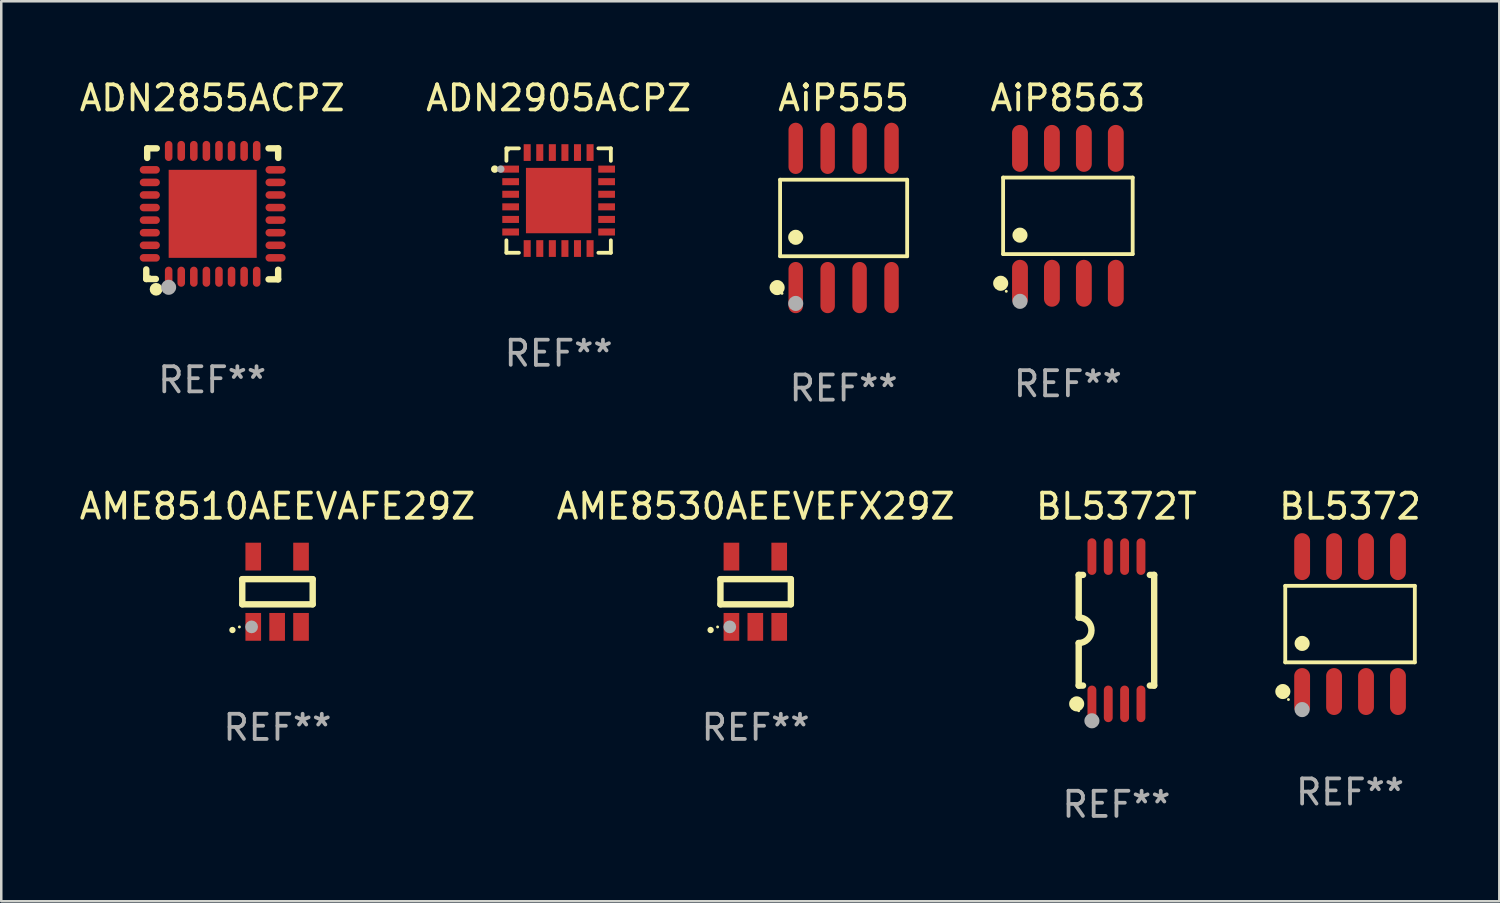
<source format=kicad_pcb>
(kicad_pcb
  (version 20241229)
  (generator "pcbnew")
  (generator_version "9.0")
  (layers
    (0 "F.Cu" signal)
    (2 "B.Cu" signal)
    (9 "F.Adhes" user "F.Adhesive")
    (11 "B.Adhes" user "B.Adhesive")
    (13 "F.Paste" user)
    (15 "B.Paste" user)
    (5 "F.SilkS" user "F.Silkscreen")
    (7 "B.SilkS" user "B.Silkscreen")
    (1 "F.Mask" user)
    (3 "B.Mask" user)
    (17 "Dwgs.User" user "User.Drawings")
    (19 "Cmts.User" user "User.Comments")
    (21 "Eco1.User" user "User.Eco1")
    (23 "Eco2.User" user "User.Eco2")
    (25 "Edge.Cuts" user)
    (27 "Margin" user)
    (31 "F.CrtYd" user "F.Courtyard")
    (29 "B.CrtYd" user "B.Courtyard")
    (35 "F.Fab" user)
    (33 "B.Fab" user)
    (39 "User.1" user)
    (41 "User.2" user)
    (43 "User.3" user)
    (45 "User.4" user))
  (footprint "BL5372"
    (layer "F.Cu")
    (at 50.627 21.763)
    (property "Reference" "BL5372" (at 0 -4.682 0) (layer "F.SilkS") (effects (font (size 1 1) (thickness 0.15))))
    (attr through_hole)
    (fp_line (start -2.576 -1.521) (end 2.576 -1.521) (stroke (width 0.152) (type solid)) (layer "F.SilkS"))
    (fp_line (start -2.576 1.521) (end -2.576 -1.521) (stroke (width 0.152) (type solid)) (layer "F.SilkS"))
    (fp_line (start 2.576 -1.521) (end 2.576 1.521) (stroke (width 0.152) (type solid)) (layer "F.SilkS"))
    (fp_line (start 2.576 1.521) (end -2.576 1.521) (stroke (width 0.152) (type solid)) (layer "F.SilkS"))
    (fp_circle (center -2.672 2.682) (end -2.522 2.682) (stroke (width 0.3) (type solid)) (fill no) (layer "F.SilkS"))
    (fp_circle (center -2.45 3) (end -2.42 3) (stroke (width 0.06) (type solid)) (fill no) (layer "F.SilkS"))
    (fp_circle (center -1.905 0.769) (end -1.755 0.769) (stroke (width 0.3) (type solid)) (fill no) (layer "F.SilkS"))
    (fp_circle (center -1.905 3.4) (end -1.755 3.4) (stroke (width 0.3) (type solid)) (fill no) (layer "F.Fab"))
    (fp_text user "REF**" (at 0 6.682 0) (layer "F.Fab") (effects (font (size 1 1) (thickness 0.15))))
    (pad "1" smd oval (at -1.905 2.682) (size 0.63 1.865) (layers "F.Cu" "F.Mask" "F.Paste"))
    (pad "2" smd oval (at -0.635 2.682) (size 0.63 1.865) (layers "F.Cu" "F.Mask" "F.Paste"))
    (pad "3" smd oval (at 0.635 2.682) (size 0.63 1.865) (layers "F.Cu" "F.Mask" "F.Paste"))
    (pad "4" smd oval (at 1.905 2.682) (size 0.63 1.865) (layers "F.Cu" "F.Mask" "F.Paste"))
    (pad "5" smd oval (at 1.905 -2.682) (size 0.63 1.865) (layers "F.Cu" "F.Mask" "F.Paste"))
    (pad "6" smd oval (at 0.635 -2.682) (size 0.63 1.865) (layers "F.Cu" "F.Mask" "F.Paste"))
    (pad "7" smd oval (at -0.635 -2.682) (size 0.63 1.865) (layers "F.Cu" "F.Mask" "F.Paste"))
    (pad "8" smd oval (at -1.905 -2.682) (size 0.63 1.865) (layers "F.Cu" "F.Mask" "F.Paste")))
  (footprint "AME8510AEEVAFE29Z"
    (layer "F.Cu")
    (at 7.982 20.477)
    (property "Reference" "AME8510AEEVAFE29Z" (at 0 -3.397 0) (layer "F.SilkS") (effects (font (size 1 1) (thickness 0.15))))
    (attr through_hole)
    (fp_line (start -1.4 -0.5) (end 1.4 -0.5) (stroke (width 0.254) (type solid)) (layer "F.SilkS"))
    (fp_line (start -1.4 0.5) (end -1.4 -0.5) (stroke (width 0.254) (type solid)) (layer "F.SilkS"))
    (fp_line (start 1.4 -0.5) (end 1.4 0.5) (stroke (width 0.254) (type solid)) (layer "F.SilkS"))
    (fp_line (start 1.4 0.5) (end -1.4 0.5) (stroke (width 0.254) (type solid)) (layer "F.SilkS"))
    (fp_arc (start -1.791948 1.521463) (mid -1.790678 1.521457) (end -1.789408 1.521463) (stroke (width 0.24892) (type solid)) (layer "F.SilkS"))
    (fp_circle (center -1.513 1.4) (end -1.483 1.4) (stroke (width 0.06) (type solid)) (fill no) (layer "F.SilkS"))
    (fp_circle (center -1.029 1.397) (end -0.902 1.397) (stroke (width 0.254) (type solid)) (fill no) (layer "F.Fab"))
    (fp_text user "REF**" (at 0 5.397 0) (layer "F.Fab") (effects (font (size 1 1) (thickness 0.15))))
    (pad "1" smd rect (at -0.963 1.397) (size 0.622 1.105) (layers "F.Cu" "F.Mask" "F.Paste"))
    (pad "2" smd rect (at -0.013 1.397) (size 0.622 1.105) (layers "F.Cu" "F.Mask" "F.Paste"))
    (pad "3" smd rect (at 0.937 1.397) (size 0.622 1.105) (layers "F.Cu" "F.Mask" "F.Paste"))
    (pad "4" smd rect (at 0.937 -1.397) (size 0.622 1.105) (layers "F.Cu" "F.Mask" "F.Paste"))
    (pad "5" smd rect (at -0.963 -1.397) (size 0.622 1.105) (layers "F.Cu" "F.Mask" "F.Paste")))
  (footprint "BL5372T"
    (layer "F.Cu")
    (at 41.339 22.008)
    (property "Reference" "BL5372T" (at 0 -4.927 0) (layer "F.SilkS") (effects (font (size 1 1) (thickness 0.15))))
    (attr through_hole)
    (fp_line (start -1.5 -2.2) (end -1.5 -0.508) (stroke (width 0.254) (type solid)) (layer "F.SilkS"))
    (fp_line (start -1.5 -2.2) (end -1.328 -2.2) (stroke (width 0.254) (type solid)) (layer "F.SilkS"))
    (fp_line (start -1.5 2.2) (end -1.5 0.508) (stroke (width 0.254) (type solid)) (layer "F.SilkS"))
    (fp_line (start -1.5 2.2) (end -1.328 2.2) (stroke (width 0.254) (type solid)) (layer "F.SilkS"))
    (fp_line (start 1.328 -2.2) (end 1.5 -2.2) (stroke (width 0.254) (type solid)) (layer "F.SilkS"))
    (fp_line (start 1.328 2.2) (end 1.5 2.2) (stroke (width 0.254) (type solid)) (layer "F.SilkS"))
    (fp_line (start 1.5 -2.2) (end 1.5 2.2) (stroke (width 0.254) (type solid)) (layer "F.SilkS"))
    (fp_arc (start -1.501144 -0.508) (mid -0.993143 -0.000571) (end -1.5 0.508001) (stroke (width 0.254001) (type solid)) (layer "F.SilkS"))
    (fp_circle (center -1.581 2.927) (end -1.431 2.927) (stroke (width 0.3) (type solid)) (fill no) (layer "F.SilkS"))
    (fp_circle (center -1.5 3.2) (end -1.47 3.2) (stroke (width 0.06) (type solid)) (fill no) (layer "F.SilkS"))
    (fp_circle (center -0.975 3.6) (end -0.825 3.6) (stroke (width 0.3) (type solid)) (fill no) (layer "F.Fab"))
    (fp_text user "REF**" (at 0 6.927 0) (layer "F.Fab") (effects (font (size 1 1) (thickness 0.15))))
    (pad "1" smd oval (at -0.975 2.927) (size 0.353 1.454) (layers "F.Cu" "F.Mask" "F.Paste"))
    (pad "2" smd oval (at -0.325 2.927) (size 0.353 1.454) (layers "F.Cu" "F.Mask" "F.Paste"))
    (pad "3" smd oval (at 0.325 2.927) (size 0.353 1.454) (layers "F.Cu" "F.Mask" "F.Paste"))
    (pad "4" smd oval (at 0.975 2.927) (size 0.353 1.454) (layers "F.Cu" "F.Mask" "F.Paste"))
    (pad "5" smd oval (at 0.975 -2.927) (size 0.353 1.454) (layers "F.Cu" "F.Mask" "F.Paste"))
    (pad "6" smd oval (at 0.325 -2.927) (size 0.353 1.454) (layers "F.Cu" "F.Mask" "F.Paste"))
    (pad "7" smd oval (at -0.325 -2.927) (size 0.353 1.454) (layers "F.Cu" "F.Mask" "F.Paste"))
    (pad "8" smd oval (at -0.975 -2.927) (size 0.353 1.454) (layers "F.Cu" "F.Mask" "F.Paste")))
  (footprint "ADN2905ACPZ"
    (layer "F.Cu")
    (at 19.161 4.924)
    (property "Reference" "ADN2905ACPZ" (at 0 -4.076 0) (layer "F.SilkS") (effects (font (size 1 1) (thickness 0.15))))
    (attr through_hole)
    (fp_line (start -2.076 -2.076) (end -2.076 -1.58) (stroke (width 0.152) (type solid)) (layer "F.SilkS"))
    (fp_line (start -2.076 2.076) (end -2.076 1.58) (stroke (width 0.152) (type solid)) (layer "F.SilkS"))
    (fp_line (start -1.58 -2.076) (end -2.076 -2.076) (stroke (width 0.152) (type solid)) (layer "F.SilkS"))
    (fp_line (start -1.58 2.076) (end -2.076 2.076) (stroke (width 0.152) (type solid)) (layer "F.SilkS"))
    (fp_line (start 1.58 -2.076) (end 2.076 -2.076) (stroke (width 0.152) (type solid)) (layer "F.SilkS"))
    (fp_line (start 1.58 2.076) (end 2.076 2.076) (stroke (width 0.152) (type solid)) (layer "F.SilkS"))
    (fp_line (start 2.076 -2.076) (end 2.076 -1.58) (stroke (width 0.152) (type solid)) (layer "F.SilkS"))
    (fp_line (start 2.076 2.076) (end 2.076 1.58) (stroke (width 0.152) (type solid)) (layer "F.SilkS"))
    (fp_circle (center -2.54 -1.25) (end -2.465 -1.25) (stroke (width 0.15) (type solid)) (fill no) (layer "F.SilkS"))
    (fp_circle (center -2 -2) (end -1.97 -2) (stroke (width 0.06) (type solid)) (fill no) (layer "F.SilkS"))
    (fp_circle (center -2.3 -1.25) (end -2.225 -1.25) (stroke (width 0.15) (type solid)) (fill no) (layer "F.Fab"))
    (fp_text user "REF**" (at 0 6.076 0) (layer "F.Fab") (effects (font (size 1 1) (thickness 0.15))))
    (pad "1" smd rect (at -1.908 -1.25) (size 0.665 0.28) (layers "F.Cu" "F.Mask" "F.Paste"))
    (pad "2" smd rect (at -1.908 -0.75) (size 0.665 0.28) (layers "F.Cu" "F.Mask" "F.Paste"))
    (pad "3" smd rect (at -1.908 -0.25) (size 0.665 0.28) (layers "F.Cu" "F.Mask" "F.Paste"))
    (pad "4" smd rect (at -1.908 0.25) (size 0.665 0.28) (layers "F.Cu" "F.Mask" "F.Paste"))
    (pad "5" smd rect (at -1.908 0.75) (size 0.665 0.28) (layers "F.Cu" "F.Mask" "F.Paste"))
    (pad "6" smd rect (at -1.908 1.25) (size 0.665 0.28) (layers "F.Cu" "F.Mask" "F.Paste"))
    (pad "7" smd rect (at -1.25 1.908) (size 0.28 0.665) (layers "F.Cu" "F.Mask" "F.Paste"))
    (pad "8" smd rect (at -0.75 1.908) (size 0.28 0.665) (layers "F.Cu" "F.Mask" "F.Paste"))
    (pad "9" smd rect (at -0.25 1.908) (size 0.28 0.665) (layers "F.Cu" "F.Mask" "F.Paste"))
    (pad "10" smd rect (at 0.25 1.908) (size 0.28 0.665) (layers "F.Cu" "F.Mask" "F.Paste"))
    (pad "11" smd rect (at 0.75 1.908) (size 0.28 0.665) (layers "F.Cu" "F.Mask" "F.Paste"))
    (pad "12" smd rect (at 1.25 1.908) (size 0.28 0.665) (layers "F.Cu" "F.Mask" "F.Paste"))
    (pad "13" smd rect (at 1.908 1.25) (size 0.665 0.28) (layers "F.Cu" "F.Mask" "F.Paste"))
    (pad "14" smd rect (at 1.908 0.75) (size 0.665 0.28) (layers "F.Cu" "F.Mask" "F.Paste"))
    (pad "15" smd rect (at 1.908 0.25) (size 0.665 0.28) (layers "F.Cu" "F.Mask" "F.Paste"))
    (pad "16" smd rect (at 1.908 -0.25) (size 0.665 0.28) (layers "F.Cu" "F.Mask" "F.Paste"))
    (pad "17" smd rect (at 1.908 -0.75) (size 0.665 0.28) (layers "F.Cu" "F.Mask" "F.Paste"))
    (pad "18" smd rect (at 1.908 -1.25) (size 0.665 0.28) (layers "F.Cu" "F.Mask" "F.Paste"))
    (pad "19" smd rect (at 1.25 -1.908) (size 0.28 0.665) (layers "F.Cu" "F.Mask" "F.Paste"))
    (pad "20" smd rect (at 0.75 -1.908) (size 0.28 0.665) (layers "F.Cu" "F.Mask" "F.Paste"))
    (pad "21" smd rect (at 0.25 -1.908) (size 0.28 0.665) (layers "F.Cu" "F.Mask" "F.Paste"))
    (pad "22" smd rect (at -0.25 -1.908) (size 0.28 0.665) (layers "F.Cu" "F.Mask" "F.Paste"))
    (pad "23" smd rect (at -0.75 -1.908) (size 0.28 0.665) (layers "F.Cu" "F.Mask" "F.Paste"))
    (pad "24" smd rect (at -1.25 -1.908) (size 0.28 0.665) (layers "F.Cu" "F.Mask" "F.Paste"))
    (pad "25" smd rect (at 0 0) (size 2.6 2.6) (layers "F.Cu" "F.Mask" "F.Paste")))
  (footprint "AME8530AEEVEFX29Z"
    (layer "F.Cu")
    (at 26.994 20.477)
    (property "Reference" "AME8530AEEVEFX29Z" (at 0 -3.397 0) (layer "F.SilkS") (effects (font (size 1 1) (thickness 0.15))))
    (attr through_hole)
    (fp_line (start -1.4 -0.5) (end 1.4 -0.5) (stroke (width 0.254) (type solid)) (layer "F.SilkS"))
    (fp_line (start -1.4 0.5) (end -1.4 -0.5) (stroke (width 0.254) (type solid)) (layer "F.SilkS"))
    (fp_line (start 1.4 -0.5) (end 1.4 0.5) (stroke (width 0.254) (type solid)) (layer "F.SilkS"))
    (fp_line (start 1.4 0.5) (end -1.4 0.5) (stroke (width 0.254) (type solid)) (layer "F.SilkS"))
    (fp_arc (start -1.791948 1.521463) (mid -1.790678 1.521457) (end -1.789408 1.521463) (stroke (width 0.24892) (type solid)) (layer "F.SilkS"))
    (fp_circle (center -1.513 1.4) (end -1.483 1.4) (stroke (width 0.06) (type solid)) (fill no) (layer "F.SilkS"))
    (fp_circle (center -1.029 1.397) (end -0.902 1.397) (stroke (width 0.254) (type solid)) (fill no) (layer "F.Fab"))
    (fp_text user "REF**" (at 0 5.397 0) (layer "F.Fab") (effects (font (size 1 1) (thickness 0.15))))
    (pad "1" smd rect (at -0.963 1.397) (size 0.622 1.105) (layers "F.Cu" "F.Mask" "F.Paste"))
    (pad "2" smd rect (at -0.013 1.397) (size 0.622 1.105) (layers "F.Cu" "F.Mask" "F.Paste"))
    (pad "3" smd rect (at 0.937 1.397) (size 0.622 1.105) (layers "F.Cu" "F.Mask" "F.Paste"))
    (pad "4" smd rect (at 0.937 -1.397) (size 0.622 1.105) (layers "F.Cu" "F.Mask" "F.Paste"))
    (pad "5" smd rect (at -0.963 -1.397) (size 0.622 1.105) (layers "F.Cu" "F.Mask" "F.Paste")))
  (footprint "AiP8563"
    (layer "F.Cu")
    (at 39.409 5.531)
    (property "Reference" "AiP8563" (at 0 -4.682 0) (layer "F.SilkS") (effects (font (size 1 1) (thickness 0.15))))
    (attr through_hole)
    (fp_line (start -2.576 -1.521) (end 2.576 -1.521) (stroke (width 0.152) (type solid)) (layer "F.SilkS"))
    (fp_line (start -2.576 1.521) (end -2.576 -1.521) (stroke (width 0.152) (type solid)) (layer "F.SilkS"))
    (fp_line (start 2.576 -1.521) (end 2.576 1.521) (stroke (width 0.152) (type solid)) (layer "F.SilkS"))
    (fp_line (start 2.576 1.521) (end -2.576 1.521) (stroke (width 0.152) (type solid)) (layer "F.SilkS"))
    (fp_circle (center -2.672 2.682) (end -2.522 2.682) (stroke (width 0.3) (type solid)) (fill no) (layer "F.SilkS"))
    (fp_circle (center -2.45 3) (end -2.42 3) (stroke (width 0.06) (type solid)) (fill no) (layer "F.SilkS"))
    (fp_circle (center -1.905 0.769) (end -1.755 0.769) (stroke (width 0.3) (type solid)) (fill no) (layer "F.SilkS"))
    (fp_circle (center -1.905 3.4) (end -1.755 3.4) (stroke (width 0.3) (type solid)) (fill no) (layer "F.Fab"))
    (fp_text user "REF**" (at 0 6.682 0) (layer "F.Fab") (effects (font (size 1 1) (thickness 0.15))))
    (pad "1" smd oval (at -1.905 2.682) (size 0.63 1.865) (layers "F.Cu" "F.Mask" "F.Paste"))
    (pad "2" smd oval (at -0.635 2.682) (size 0.63 1.865) (layers "F.Cu" "F.Mask" "F.Paste"))
    (pad "3" smd oval (at 0.635 2.682) (size 0.63 1.865) (layers "F.Cu" "F.Mask" "F.Paste"))
    (pad "4" smd oval (at 1.905 2.682) (size 0.63 1.865) (layers "F.Cu" "F.Mask" "F.Paste"))
    (pad "5" smd oval (at 1.905 -2.682) (size 0.63 1.865) (layers "F.Cu" "F.Mask" "F.Paste"))
    (pad "6" smd oval (at 0.635 -2.682) (size 0.63 1.865) (layers "F.Cu" "F.Mask" "F.Paste"))
    (pad "7" smd oval (at -0.635 -2.682) (size 0.63 1.865) (layers "F.Cu" "F.Mask" "F.Paste"))
    (pad "8" smd oval (at -1.905 -2.682) (size 0.63 1.865) (layers "F.Cu" "F.Mask" "F.Paste")))
  (footprint "ADN2855ACPZ"
    (layer "F.Cu")
    (at 5.387 5.452)
    (property "Reference" "ADN2855ACPZ" (at 0 -4.604 0) (layer "F.SilkS") (effects (font (size 1 1) (thickness 0.15))))
    (attr through_hole)
    (fp_line (start -2.622 2.21) (end -2.622 2.591) (stroke (width 0.254) (type solid)) (layer "F.SilkS"))
    (fp_line (start -2.622 2.591) (end -2.241 2.591) (stroke (width 0.254) (type solid)) (layer "F.SilkS"))
    (fp_line (start -2.585 -2.604) (end -2.585 -2.223) (stroke (width 0.254) (type solid)) (layer "F.SilkS"))
    (fp_line (start -2.204 -2.604) (end -2.585 -2.604) (stroke (width 0.254) (type solid)) (layer "F.SilkS"))
    (fp_line (start 2.241 2.604) (end 2.622 2.604) (stroke (width 0.254) (type solid)) (layer "F.SilkS"))
    (fp_line (start 2.622 -2.604) (end 2.241 -2.604) (stroke (width 0.254) (type solid)) (layer "F.SilkS"))
    (fp_line (start 2.622 -2.223) (end 2.622 -2.604) (stroke (width 0.254) (type solid)) (layer "F.SilkS"))
    (fp_line (start 2.622 2.604) (end 2.622 2.223) (stroke (width 0.254) (type solid)) (layer "F.SilkS"))
    (fp_circle (center -2.481 2.5) (end -2.451 2.5) (stroke (width 0.06) (type solid)) (fill no) (layer "F.SilkS"))
    (fp_circle (center -2.231 3) (end -2.104 3) (stroke (width 0.254) (type solid)) (fill no) (layer "F.SilkS"))
    (fp_circle (center -1.733 2.921) (end -1.583 2.921) (stroke (width 0.3) (type solid)) (fill no) (layer "F.Fab"))
    (fp_text user "REF**" (at 0 6.604 0) (layer "F.Fab") (effects (font (size 1 1) (thickness 0.15))))
    (pad "1" smd oval (at -1.731 2.5 90) (size 0.8 0.3) (layers "F.Cu" "F.Mask" "F.Paste"))
    (pad "2" smd oval (at -1.231 2.5 90) (size 0.8 0.3) (layers "F.Cu" "F.Mask" "F.Paste"))
    (pad "3" smd oval (at -0.731 2.5 90) (size 0.8 0.3) (layers "F.Cu" "F.Mask" "F.Paste"))
    (pad "4" smd oval (at -0.231 2.5 90) (size 0.8 0.3) (layers "F.Cu" "F.Mask" "F.Paste"))
    (pad "5" smd oval (at 0.269 2.5 90) (size 0.8 0.3) (layers "F.Cu" "F.Mask" "F.Paste"))
    (pad "6" smd oval (at 0.769 2.5 90) (size 0.8 0.3) (layers "F.Cu" "F.Mask" "F.Paste"))
    (pad "7" smd oval (at 1.269 2.5 90) (size 0.8 0.3) (layers "F.Cu" "F.Mask" "F.Paste"))
    (pad "8" smd oval (at 1.769 2.5 90) (size 0.8 0.3) (layers "F.Cu" "F.Mask" "F.Paste"))
    (pad "9" smd oval (at 2.519 1.75 180) (size 0.8 0.3) (layers "F.Cu" "F.Mask" "F.Paste"))
    (pad "10" smd oval (at 2.519 1.25 180) (size 0.8 0.3) (layers "F.Cu" "F.Mask" "F.Paste"))
    (pad "11" smd oval (at 2.519 0.75 180) (size 0.8 0.3) (layers "F.Cu" "F.Mask" "F.Paste"))
    (pad "12" smd oval (at 2.519 0.25 180) (size 0.8 0.3) (layers "F.Cu" "F.Mask" "F.Paste"))
    (pad "13" smd oval (at 2.519 -0.25 180) (size 0.8 0.3) (layers "F.Cu" "F.Mask" "F.Paste"))
    (pad "14" smd oval (at 2.519 -0.75 180) (size 0.8 0.3) (layers "F.Cu" "F.Mask" "F.Paste"))
    (pad "15" smd oval (at 2.519 -1.25 180) (size 0.8 0.3) (layers "F.Cu" "F.Mask" "F.Paste"))
    (pad "16" smd oval (at 2.519 -1.75 180) (size 0.8 0.3) (layers "F.Cu" "F.Mask" "F.Paste"))
    (pad "17" smd oval (at 1.769 -2.5 270) (size 0.8 0.3) (layers "F.Cu" "F.Mask" "F.Paste"))
    (pad "18" smd oval (at 1.269 -2.5 270) (size 0.8 0.3) (layers "F.Cu" "F.Mask" "F.Paste"))
    (pad "19" smd oval (at 0.769 -2.5 270) (size 0.8 0.3) (layers "F.Cu" "F.Mask" "F.Paste"))
    (pad "20" smd oval (at 0.269 -2.5 270) (size 0.8 0.3) (layers "F.Cu" "F.Mask" "F.Paste"))
    (pad "21" smd oval (at -0.231 -2.5 270) (size 0.8 0.3) (layers "F.Cu" "F.Mask" "F.Paste"))
    (pad "22" smd oval (at -0.731 -2.5 270) (size 0.8 0.3) (layers "F.Cu" "F.Mask" "F.Paste"))
    (pad "23" smd oval (at -1.231 -2.5 270) (size 0.8 0.3) (layers "F.Cu" "F.Mask" "F.Paste"))
    (pad "24" smd oval (at -1.731 -2.5 270) (size 0.8 0.3) (layers "F.Cu" "F.Mask" "F.Paste"))
    (pad "25" smd oval (at -2.481 -1.75) (size 0.8 0.3) (layers "F.Cu" "F.Mask" "F.Paste"))
    (pad "26" smd oval (at -2.481 -1.25) (size 0.8 0.3) (layers "F.Cu" "F.Mask" "F.Paste"))
    (pad "27" smd oval (at -2.481 -0.75) (size 0.8 0.3) (layers "F.Cu" "F.Mask" "F.Paste"))
    (pad "28" smd oval (at -2.481 -0.25) (size 0.8 0.3) (layers "F.Cu" "F.Mask" "F.Paste"))
    (pad "29" smd oval (at -2.481 0.25) (size 0.8 0.3) (layers "F.Cu" "F.Mask" "F.Paste"))
    (pad "30" smd oval (at -2.481 0.75) (size 0.8 0.3) (layers "F.Cu" "F.Mask" "F.Paste"))
    (pad "31" smd oval (at -2.481 1.25) (size 0.8 0.3) (layers "F.Cu" "F.Mask" "F.Paste"))
    (pad "32" smd oval (at -2.481 1.75) (size 0.8 0.3) (layers "F.Cu" "F.Mask" "F.Paste"))
    (pad "33" smd rect (at 0.019 -0.000025 90) (size 3.5 3.5) (layers "F.Cu" "F.Mask" "F.Paste")))
  (footprint "AiP555"
    (layer "F.Cu")
    (at 30.492 5.616)
    (property "Reference" "AiP555" (at 0 -4.768 0) (layer "F.SilkS") (effects (font (size 1 1) (thickness 0.15))))
    (attr through_hole)
    (fp_line (start -2.526 -1.521) (end 2.526 -1.521) (stroke (width 0.152) (type solid)) (layer "F.SilkS"))
    (fp_line (start -2.526 1.521) (end -2.526 -1.521) (stroke (width 0.152) (type solid)) (layer "F.SilkS"))
    (fp_line (start 2.526 -1.521) (end 2.526 1.521) (stroke (width 0.152) (type solid)) (layer "F.SilkS"))
    (fp_line (start 2.526 1.521) (end -2.526 1.521) (stroke (width 0.152) (type solid)) (layer "F.SilkS"))
    (fp_circle (center -2.644 2.768) (end -2.494 2.768) (stroke (width 0.3) (type solid)) (fill no) (layer "F.SilkS"))
    (fp_circle (center -2.45 2.998) (end -2.42 2.998) (stroke (width 0.06) (type solid)) (fill no) (layer "F.SilkS"))
    (fp_circle (center -1.905 0.769) (end -1.755 0.769) (stroke (width 0.3) (type solid)) (fill no) (layer "F.SilkS"))
    (fp_circle (center -1.905 3.398) (end -1.755 3.398) (stroke (width 0.3) (type solid)) (fill no) (layer "F.Fab"))
    (fp_text user "REF**" (at 0 6.768 0) (layer "F.Fab") (effects (font (size 1 1) (thickness 0.15))))
    (pad "1" smd oval (at -1.905 2.768) (size 0.574 2.036) (layers "F.Cu" "F.Mask" "F.Paste"))
    (pad "2" smd oval (at -0.635 2.768) (size 0.574 2.036) (layers "F.Cu" "F.Mask" "F.Paste"))
    (pad "3" smd oval (at 0.635 2.768) (size 0.574 2.036) (layers "F.Cu" "F.Mask" "F.Paste"))
    (pad "4" smd oval (at 1.905 2.768) (size 0.574 2.036) (layers "F.Cu" "F.Mask" "F.Paste"))
    (pad "5" smd oval (at 1.905 -2.768) (size 0.574 2.036) (layers "F.Cu" "F.Mask" "F.Paste"))
    (pad "6" smd oval (at 0.635 -2.768) (size 0.574 2.036) (layers "F.Cu" "F.Mask" "F.Paste"))
    (pad "7" smd oval (at -0.635 -2.768) (size 0.574 2.036) (layers "F.Cu" "F.Mask" "F.Paste"))
    (pad "8" smd oval (at -1.905 -2.768) (size 0.574 2.036) (layers "F.Cu" "F.Mask" "F.Paste")))
  (gr_rect
    (start -3 -3)
    (end 56.562 32.783)
    (stroke (width 0.1) (type default))
    (fill no)
    (layer "Edge.Cuts")))
</source>
